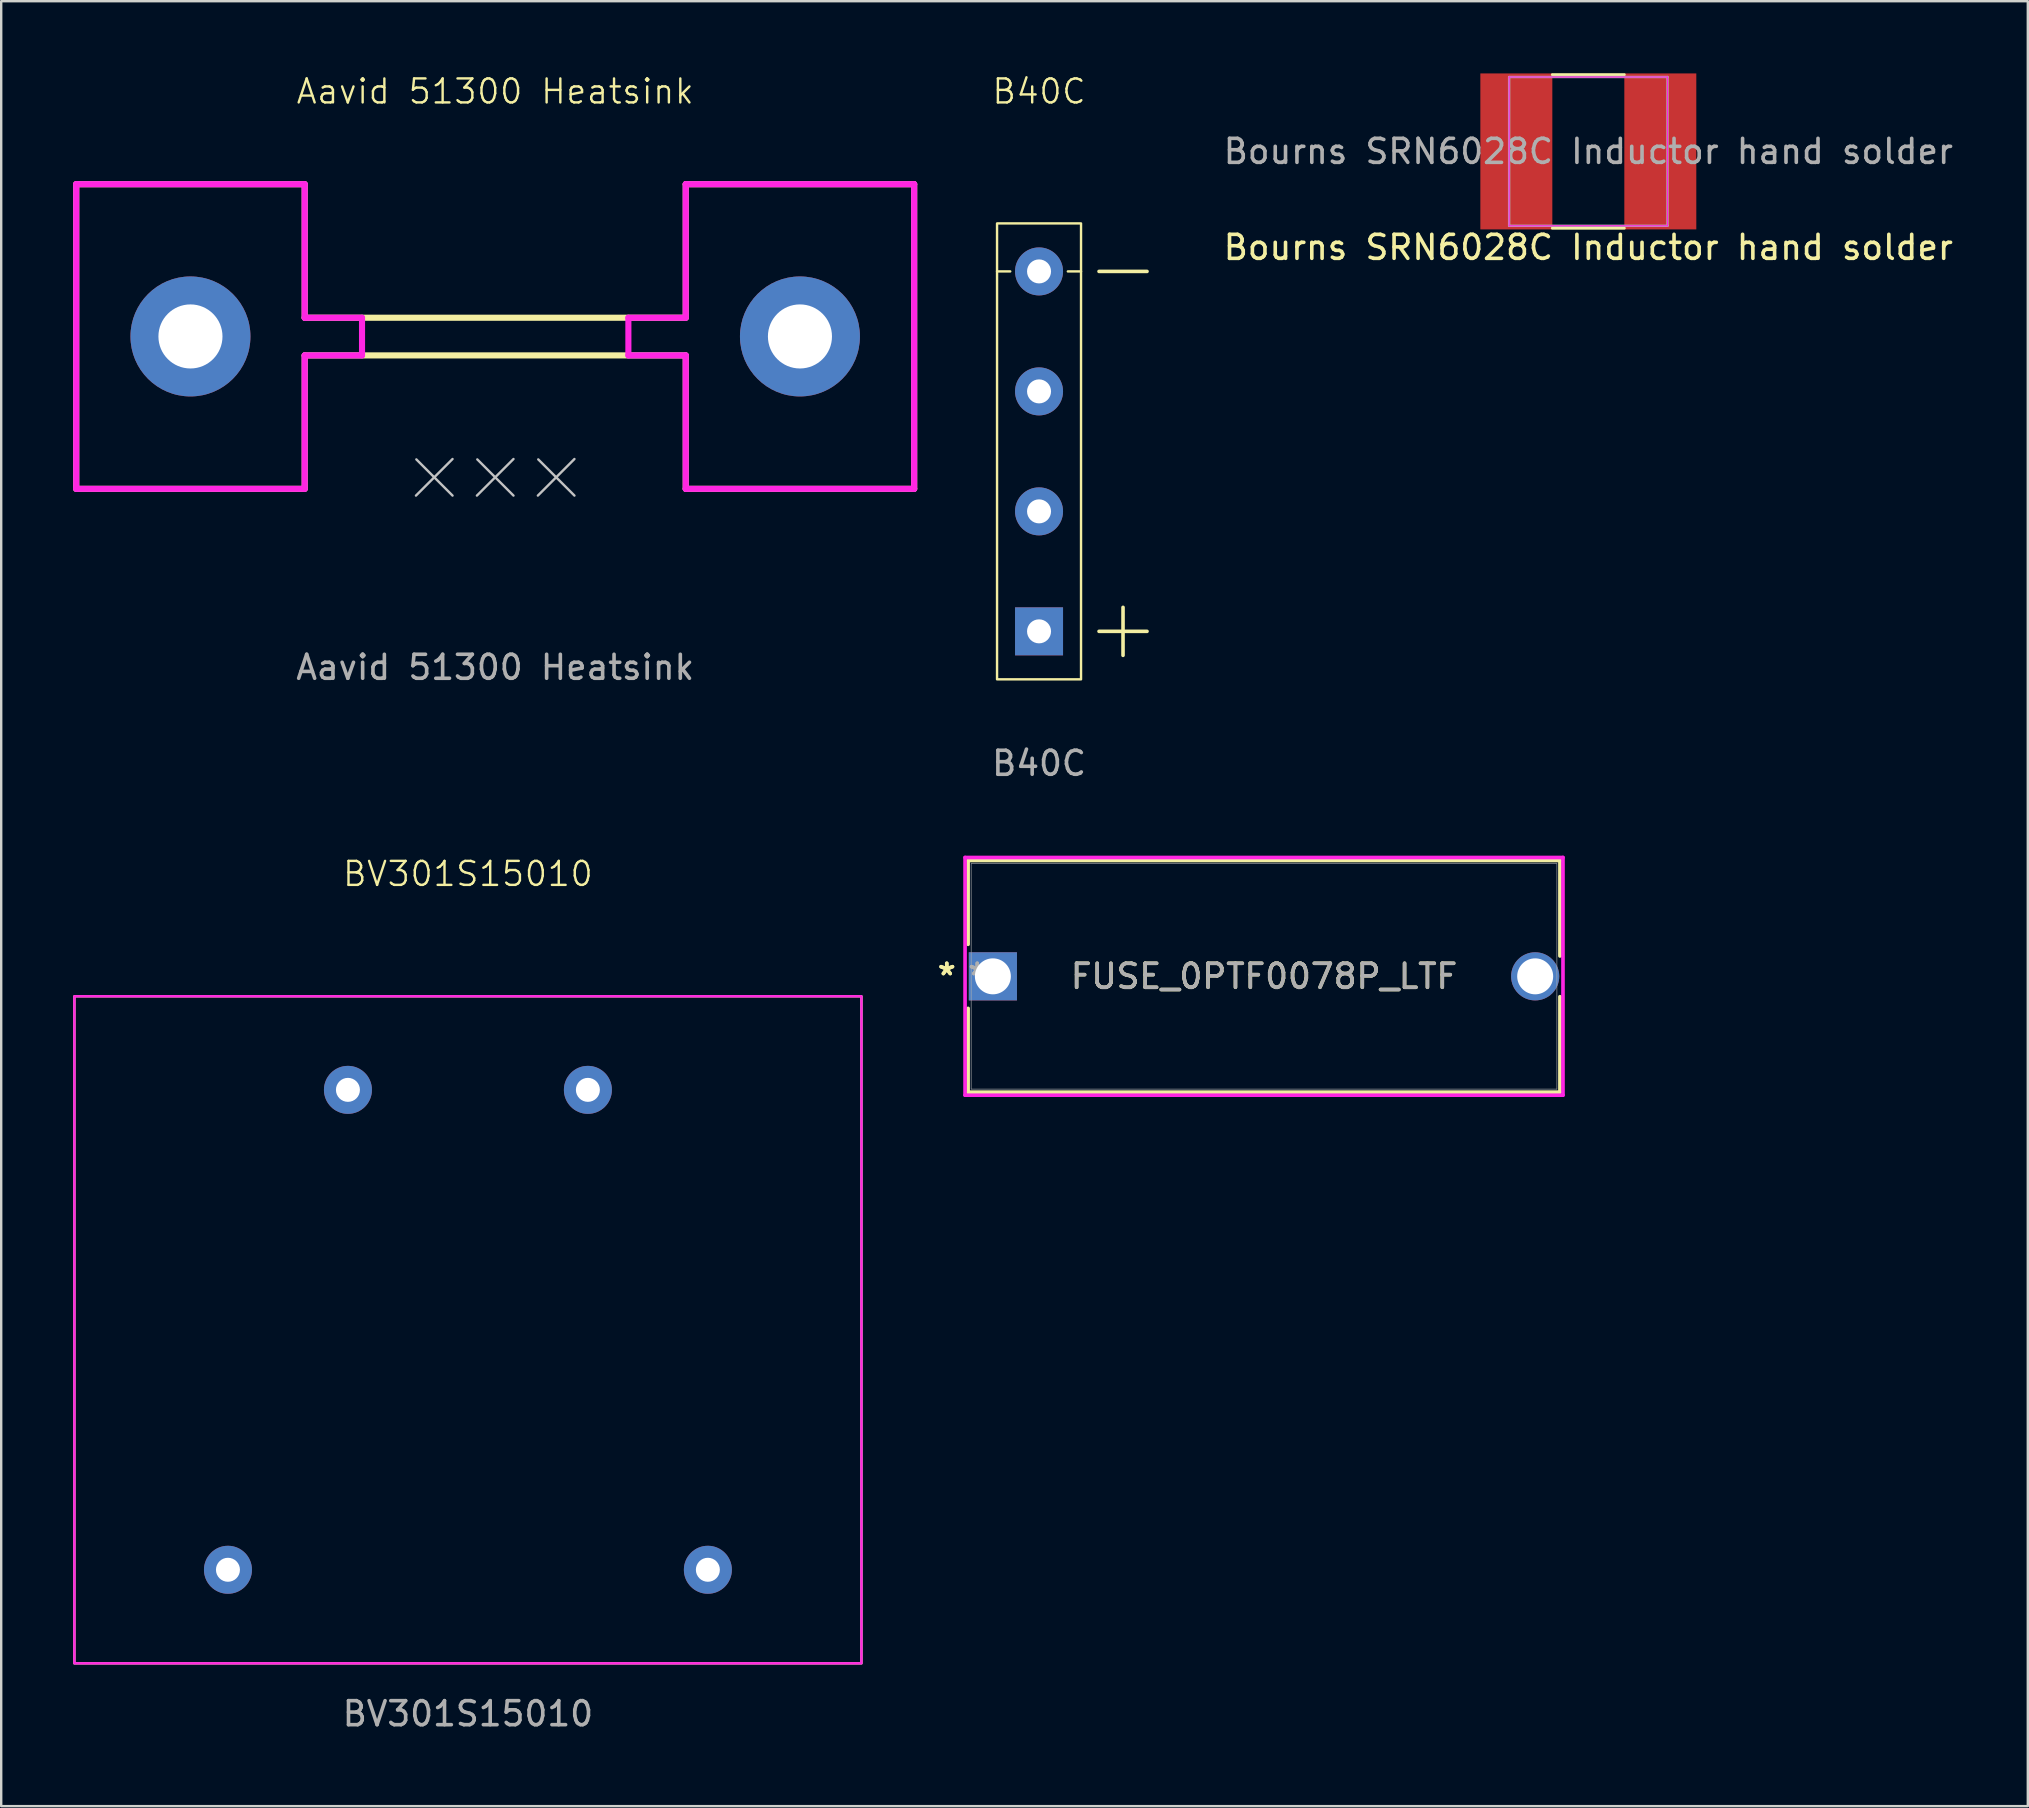
<source format=kicad_pcb>
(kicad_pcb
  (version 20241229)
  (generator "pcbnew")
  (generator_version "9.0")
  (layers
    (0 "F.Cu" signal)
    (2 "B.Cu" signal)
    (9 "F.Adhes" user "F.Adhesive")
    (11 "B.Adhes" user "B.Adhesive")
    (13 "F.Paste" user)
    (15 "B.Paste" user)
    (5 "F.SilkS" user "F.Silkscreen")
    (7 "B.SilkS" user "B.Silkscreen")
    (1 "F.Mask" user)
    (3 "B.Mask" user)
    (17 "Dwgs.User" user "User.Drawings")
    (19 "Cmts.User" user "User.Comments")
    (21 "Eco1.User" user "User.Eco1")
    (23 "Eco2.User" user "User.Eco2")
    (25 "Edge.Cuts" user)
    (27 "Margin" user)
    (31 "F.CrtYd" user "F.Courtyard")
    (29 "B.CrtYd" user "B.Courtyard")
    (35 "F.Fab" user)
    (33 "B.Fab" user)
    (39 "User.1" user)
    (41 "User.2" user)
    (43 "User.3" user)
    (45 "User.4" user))
  (footprint "B40C"
    (layer "F.Cu")
    (at 40.251 15.761)
    (property "Reference" "B40C" (at 0 -15 0) (unlocked yes) (layer "F.SilkS") (effects (font (size 1 1) (thickness 0.1))))
    (attr through_hole)
    (fp_line (start -1.75 -7.5) (end -1.2 -7.5) (stroke (width 0.1) (type default)) (layer "F.SilkS"))
    (fp_line (start 1.2 -7.5) (end 1.75 -7.5) (stroke (width 0.1) (type default)) (layer "F.SilkS"))
    (fp_line (start 2.5 -7.5) (end 4.5 -7.5) (stroke (width 0.15) (type default)) (layer "F.SilkS"))
    (fp_line (start 2.5 7.5) (end 4.5 7.5) (stroke (width 0.15) (type default)) (layer "F.SilkS"))
    (fp_line (start 3.5 6.5) (end 3.5 8.5) (stroke (width 0.15) (type default)) (layer "F.SilkS"))
    (fp_rect (start -1.75 -9.5) (end 1.75 9.5) (stroke (width 0.1) (type default)) (fill no) (layer "F.SilkS"))
    (fp_text user "${REFERENCE}" (at 0 13 0) (unlocked yes) (layer "F.Fab") (effects (font (size 1 1) (thickness 0.15))))
    (pad "1" thru_hole rect (at 0 7.5) (size 2 2) (drill 1) (layers "*.Cu" "*.Mask"))
    (pad "2" thru_hole circle (at 0 -7.5) (size 2 2) (drill 1) (layers "*.Cu" "*.Mask"))
    (pad "3" thru_hole circle (at 0 2.5) (size 2 2) (drill 1) (layers "*.Cu" "*.Mask"))
    (pad "4" thru_hole circle (at 0 -2.5) (size 2 2) (drill 1) (layers "*.Cu" "*.Mask")))
  (footprint "FUSE_0PTF0078P_LTF"
    (layer "F.Cu")
    (at 38.327 37.638)
    (property "Reference" "FUSE_0PTF0078P_LTF" (at 11.3 0 0) (unlocked yes) (layer "F.SilkS") (effects (font (size 1 1) (thickness 0.15))))
    (attr through_hole)
    (fp_line (start -1.032 -4.826) (end -1.032 -1.335) (stroke (width 0.152) (type solid)) (layer "F.SilkS"))
    (fp_line (start -1.032 1.335) (end -1.032 4.826) (stroke (width 0.152) (type solid)) (layer "F.SilkS"))
    (fp_line (start -1.032 4.826) (end 23.632 4.826) (stroke (width 0.152) (type solid)) (layer "F.SilkS"))
    (fp_line (start 23.632 -4.826) (end -1.032 -4.826) (stroke (width 0.152) (type solid)) (layer "F.SilkS"))
    (fp_line (start 23.632 -0.849) (end 23.632 -4.826) (stroke (width 0.152) (type solid)) (layer "F.SilkS"))
    (fp_line (start 23.632 4.826) (end 23.632 0.849) (stroke (width 0.152) (type solid)) (layer "F.SilkS"))
    (fp_line (start -1.159 -4.953) (end 23.759 -4.953) (stroke (width 0.152) (type solid)) (layer "F.CrtYd"))
    (fp_line (start -1.159 4.953) (end -1.159 -4.953) (stroke (width 0.152) (type solid)) (layer "F.CrtYd"))
    (fp_line (start 23.759 -4.953) (end 23.759 4.953) (stroke (width 0.152) (type solid)) (layer "F.CrtYd"))
    (fp_line (start 23.759 4.953) (end -1.159 4.953) (stroke (width 0.152) (type solid)) (layer "F.CrtYd"))
    (fp_line (start -0.905 -4.699) (end -0.905 4.699) (stroke (width 0.025) (type solid)) (layer "F.Fab"))
    (fp_line (start -0.905 4.699) (end 23.505 4.699) (stroke (width 0.025) (type solid)) (layer "F.Fab"))
    (fp_line (start 23.505 -4.699) (end -0.905 -4.699) (stroke (width 0.025) (type solid)) (layer "F.Fab"))
    (fp_line (start 23.505 4.699) (end 23.505 -4.699) (stroke (width 0.025) (type solid)) (layer "F.Fab"))
    (fp_text user "*" (at -1.921 0 0) (unlocked yes) (layer "F.SilkS") (effects (font (size 1 1) (thickness 0.15))))
    (fp_text user "*" (at -1.921 0 0) (layer "F.SilkS") (effects (font (size 1 1) (thickness 0.15))))
    (fp_text user "*" (at -0.651 0 0) (unlocked yes) (layer "F.Fab") (effects (font (size 1 1) (thickness 0.15))))
    (fp_text user "*" (at -0.651 0 0) (layer "F.Fab") (effects (font (size 1 1) (thickness 0.15))))
    (fp_text user "${REFERENCE}" (at 11.3 0 0) (unlocked yes) (layer "F.Fab") (effects (font (size 1 1) (thickness 0.15))))
    (pad "1" thru_hole rect (at 0 0) (size 2.007 2.007) (drill 1.499) (layers "*.Cu" "*.Mask"))
    (pad "2" thru_hole circle (at 22.6 0) (size 2.007 2.007) (drill 1.499) (layers "*.Cu" "*.Mask")))
  (footprint "Aavid 51300 Heatsink"
    (layer "F.Cu")
    (at 17.587 11.761)
    (property "Reference" "Aavid 51300 Heatsink" (at 0 -11 0) (unlocked yes) (layer "F.SilkS") (effects (font (size 1 1) (thickness 0.1))))
    (attr through_hole)
    (fp_line (start -17.46 5.56) (end -17.46 -7.135) (stroke (width 0.254) (type default)) (layer "F.SilkS"))
    (fp_line (start -7.94 -7.135) (end -17.46 -7.135) (stroke (width 0.254) (type default)) (layer "F.SilkS"))
    (fp_line (start -7.94 -1.57) (end -7.94 -7.135) (stroke (width 0.254) (type default)) (layer "F.SilkS"))
    (fp_line (start -7.94 -1.57) (end 7.94 -1.57) (stroke (width 0.254) (type default)) (layer "F.SilkS"))
    (fp_line (start -7.94 0) (end 7.94 0) (stroke (width 0.254) (type default)) (layer "F.SilkS"))
    (fp_line (start -7.94 5.56) (end -17.46 5.56) (stroke (width 0.254) (type default)) (layer "F.SilkS"))
    (fp_line (start -7.94 5.56) (end -7.94 0) (stroke (width 0.254) (type default)) (layer "F.SilkS"))
    (fp_line (start 7.94 -1.57) (end 7.94 -7.135) (stroke (width 0.254) (type default)) (layer "F.SilkS"))
    (fp_line (start 7.94 5.56) (end 7.94 0) (stroke (width 0.254) (type default)) (layer "F.SilkS"))
    (fp_line (start 17.46 -7.135) (end 7.94 -7.135) (stroke (width 0.254) (type default)) (layer "F.SilkS"))
    (fp_line (start 17.46 5.56) (end 7.94 5.56) (stroke (width 0.254) (type default)) (layer "F.SilkS"))
    (fp_line (start 17.46 5.56) (end 17.46 -7.135) (stroke (width 0.254) (type default)) (layer "F.SilkS"))
    (fp_line (start -3.286 4.334) (end -1.778 5.842) (stroke (width 0.1) (type default)) (layer "Dwgs.User"))
    (fp_line (start -1.778 4.318) (end -3.302 5.842) (stroke (width 0.1) (type default)) (layer "Dwgs.User"))
    (fp_line (start -0.746 4.334) (end 0.762 5.842) (stroke (width 0.1) (type default)) (layer "Dwgs.User"))
    (fp_line (start 0.762 4.318) (end -0.762 5.842) (stroke (width 0.1) (type default)) (layer "Dwgs.User"))
    (fp_line (start 1.794 4.334) (end 3.302 5.842) (stroke (width 0.1) (type default)) (layer "Dwgs.User"))
    (fp_line (start 3.302 4.318) (end 1.778 5.842) (stroke (width 0.1) (type default)) (layer "Dwgs.User"))
    (fp_line (start -17.46 5.56) (end -17.46 -7.135) (stroke (width 0.254) (type default)) (layer "F.CrtYd"))
    (fp_line (start -7.94 -7.135) (end -17.46 -7.135) (stroke (width 0.254) (type default)) (layer "F.CrtYd"))
    (fp_line (start -7.94 -1.57) (end -7.94 -7.135) (stroke (width 0.254) (type default)) (layer "F.CrtYd"))
    (fp_line (start -7.94 -1.57) (end -5.55 -1.57) (stroke (width 0.254) (type default)) (layer "F.CrtYd"))
    (fp_line (start -7.94 0) (end -5.55 0) (stroke (width 0.254) (type default)) (layer "F.CrtYd"))
    (fp_line (start -7.94 5.56) (end -17.46 5.56) (stroke (width 0.254) (type default)) (layer "F.CrtYd"))
    (fp_line (start -7.94 5.56) (end -7.94 0) (stroke (width 0.254) (type default)) (layer "F.CrtYd"))
    (fp_line (start -5.55 -1.57) (end -5.55 0) (stroke (width 0.254) (type default)) (layer "F.CrtYd"))
    (fp_line (start 5.55 -1.57) (end 5.55 0) (stroke (width 0.254) (type default)) (layer "F.CrtYd"))
    (fp_line (start 5.55 -1.57) (end 7.94 -1.57) (stroke (width 0.254) (type default)) (layer "F.CrtYd"))
    (fp_line (start 5.55 0) (end 7.94 0) (stroke (width 0.254) (type default)) (layer "F.CrtYd"))
    (fp_line (start 7.94 -1.57) (end 7.94 -7.135) (stroke (width 0.254) (type default)) (layer "F.CrtYd"))
    (fp_line (start 7.94 5.56) (end 7.94 0) (stroke (width 0.254) (type default)) (layer "F.CrtYd"))
    (fp_line (start 17.46 -7.135) (end 7.94 -7.135) (stroke (width 0.254) (type default)) (layer "F.CrtYd"))
    (fp_line (start 17.46 5.56) (end 7.94 5.56) (stroke (width 0.254) (type default)) (layer "F.CrtYd"))
    (fp_line (start 17.46 5.56) (end 17.46 -7.135) (stroke (width 0.254) (type default)) (layer "F.CrtYd"))
    (fp_text user "${REFERENCE}" (at 0 13 0) (unlocked yes) (layer "F.Fab") (effects (font (size 1 1) (thickness 0.15))))
    (pad "1" thru_hole circle (at -12.7 -0.79) (size 5 5) (drill 2.67) (layers "*.Cu" "*.Mask"))
    (pad "2" thru_hole circle (at 12.7 -0.79) (size 5 5) (drill 2.67) (layers "*.Cu" "*.Mask")))
  (footprint "Bourns SRN6028C Inductor hand solder"
    (layer "F.Cu")
    (at 63.142 3.26)
    (property "Reference" "Bourns SRN6028C Inductor hand solder" (at 0 4 0) (layer "F.SilkS") (effects (font (size 1 1) (thickness 0.15))))
    (attr smd)
    (fp_line (start -1.5 -3.2) (end 1.5 -3.2) (stroke (width 0.12) (type solid)) (layer "F.SilkS"))
    (fp_line (start -1.5 3.2) (end 1.5 3.2) (stroke (width 0.12) (type solid)) (layer "F.SilkS"))
    (fp_line (start -3.3 -3.1) (end -3.3 3.1) (stroke (width 0.05) (type solid)) (layer "F.CrtYd"))
    (fp_line (start -3.3 -3.1) (end 3.3 -3.1) (stroke (width 0.05) (type solid)) (layer "F.CrtYd"))
    (fp_line (start 3.3 -3.1) (end 3.3 3.1) (stroke (width 0.05) (type solid)) (layer "F.CrtYd"))
    (fp_line (start 3.3 3.1) (end -3.3 3.1) (stroke (width 0.05) (type solid)) (layer "F.CrtYd"))
    (fp_line (start -3.3 -3.1) (end -3.3 3.1) (stroke (width 0.1) (type solid)) (layer "F.Fab"))
    (fp_line (start -3.3 -3.1) (end 3.3 -3.1) (stroke (width 0.1) (type solid)) (layer "F.Fab"))
    (fp_line (start 3.3 -3.1) (end 3.3 3.1) (stroke (width 0.1) (type solid)) (layer "F.Fab"))
    (fp_line (start 3.3 3.1) (end -3.3 3.1) (stroke (width 0.1) (type solid)) (layer "F.Fab"))
    (fp_text user "${REFERENCE}" (at 0 0 0) (layer "F.Fab") (effects (font (size 1 1) (thickness 0.15))))
    (pad "1" smd rect (at -3 0) (size 3 6.5) (layers "F.Cu" "F.Mask" "F.Paste"))
    (pad "2" smd rect (at 3 0) (size 3 6.5) (layers "F.Cu" "F.Mask" "F.Paste")))
  (footprint "BV301S15010"
    (layer "F.Cu")
    (at 16.45 52.369)
    (property "Reference" "BV301S15010" (at 0 -19 0) (unlocked yes) (layer "F.SilkS") (effects (font (size 1 1) (thickness 0.1))))
    (attr through_hole)
    (fp_rect (start -16.4 -13.9) (end 16.4 13.9) (stroke (width 0.1) (type default)) (fill no) (layer "F.SilkS"))
    (fp_rect (start -16.4 -13.9) (end 16.4 13.9) (stroke (width 0.1) (type default)) (fill no) (layer "F.CrtYd"))
    (fp_text user "${REFERENCE}" (at 0 16 0) (unlocked yes) (layer "F.Fab") (effects (font (size 1 1) (thickness 0.15))))
    (pad "1" thru_hole circle (at -10 10) (size 2 2) (drill 1) (layers "*.Cu" "*.Mask"))
    (pad "2" thru_hole circle (at 10 10) (size 2 2) (drill 1) (layers "*.Cu" "*.Mask"))
    (pad "3" thru_hole circle (at 5 -10) (size 2 2) (drill 1) (layers "*.Cu" "*.Mask"))
    (pad "4" thru_hole circle (at -5 -10) (size 2 2) (drill 1) (layers "*.Cu" "*.Mask")))
  (gr_rect
    (start -3 -3)
    (end 81.457 72.218)
    (stroke (width 0.1) (type default))
    (fill no)
    (layer "Edge.Cuts")))
</source>
